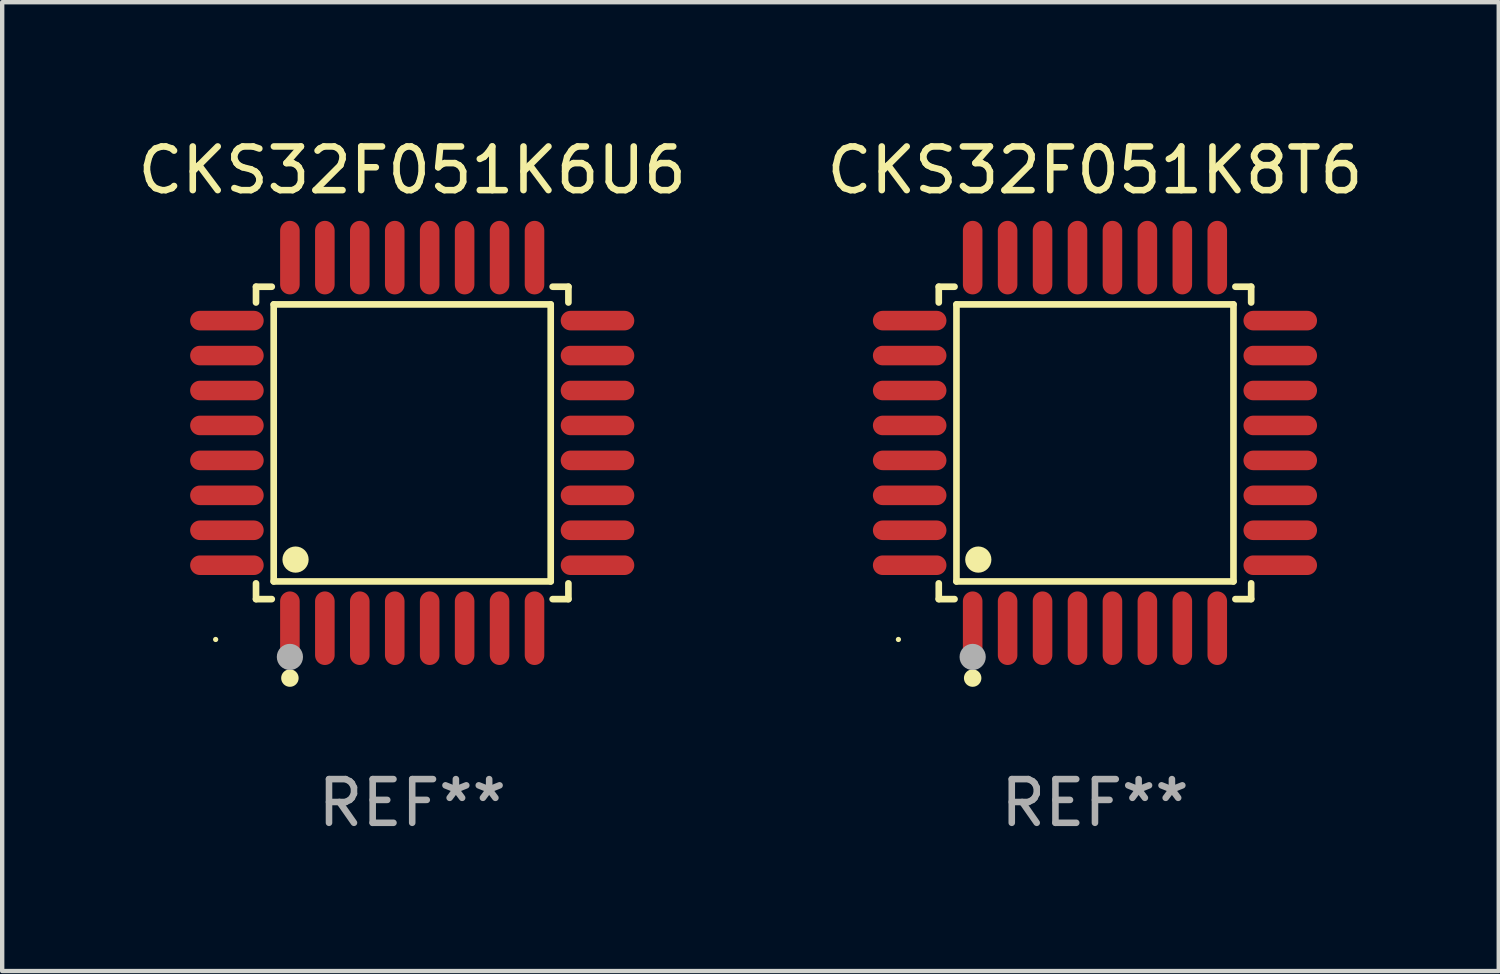
<source format=kicad_pcb>
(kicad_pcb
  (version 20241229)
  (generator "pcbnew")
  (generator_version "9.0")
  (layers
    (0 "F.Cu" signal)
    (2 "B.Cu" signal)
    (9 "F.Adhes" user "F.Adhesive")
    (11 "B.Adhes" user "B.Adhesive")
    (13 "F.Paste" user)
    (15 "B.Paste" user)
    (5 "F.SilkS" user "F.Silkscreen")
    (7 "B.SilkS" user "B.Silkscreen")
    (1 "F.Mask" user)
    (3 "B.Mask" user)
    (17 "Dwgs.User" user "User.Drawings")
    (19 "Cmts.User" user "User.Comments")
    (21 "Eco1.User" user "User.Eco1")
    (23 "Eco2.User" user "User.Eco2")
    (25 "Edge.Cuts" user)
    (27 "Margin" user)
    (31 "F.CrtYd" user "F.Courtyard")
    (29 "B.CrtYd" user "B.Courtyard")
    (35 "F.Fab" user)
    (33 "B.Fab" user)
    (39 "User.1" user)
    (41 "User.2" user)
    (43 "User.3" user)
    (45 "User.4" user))
  (footprint "CKS32F051K8T6"
    (layer "F.Cu")
    (at 22.018 7.09)
    (property "Reference" "CKS32F051K8T6" (at 0 -6.242 0) (layer "F.SilkS") (effects (font (size 1 1) (thickness 0.15))))
    (attr through_hole)
    (fp_line (start -3.576 -3.576) (end -3.215 -3.576) (stroke (width 0.152) (type solid)) (layer "F.SilkS"))
    (fp_line (start -3.576 -3.215) (end -3.576 -3.576) (stroke (width 0.152) (type solid)) (layer "F.SilkS"))
    (fp_line (start -3.576 3.215) (end -3.576 3.576) (stroke (width 0.152) (type solid)) (layer "F.SilkS"))
    (fp_line (start -3.576 3.576) (end -3.215 3.576) (stroke (width 0.152) (type solid)) (layer "F.SilkS"))
    (fp_line (start -3.171 -3.171) (end 3.171 -3.171) (stroke (width 0.152) (type solid)) (layer "F.SilkS"))
    (fp_line (start -3.171 3.171) (end -3.171 -3.171) (stroke (width 0.152) (type solid)) (layer "F.SilkS"))
    (fp_line (start 3.171 -3.171) (end 3.171 3.171) (stroke (width 0.152) (type solid)) (layer "F.SilkS"))
    (fp_line (start 3.171 3.171) (end -3.171 3.171) (stroke (width 0.152) (type solid)) (layer "F.SilkS"))
    (fp_line (start 3.576 -3.576) (end 3.215 -3.576) (stroke (width 0.152) (type solid)) (layer "F.SilkS"))
    (fp_line (start 3.576 -3.215) (end 3.576 -3.576) (stroke (width 0.152) (type solid)) (layer "F.SilkS"))
    (fp_line (start 3.576 3.215) (end 3.576 3.576) (stroke (width 0.152) (type solid)) (layer "F.SilkS"))
    (fp_line (start 3.576 3.576) (end 3.215 3.576) (stroke (width 0.152) (type solid)) (layer "F.SilkS"))
    (fp_circle (center -4.5 4.5) (end -4.47 4.5) (stroke (width 0.06) (type solid)) (fill no) (layer "F.SilkS"))
    (fp_circle (center -2.8 5.384) (end -2.7 5.384) (stroke (width 0.2) (type solid)) (fill no) (layer "F.SilkS"))
    (fp_circle (center -2.671 2.671) (end -2.521 2.671) (stroke (width 0.3) (type solid)) (fill no) (layer "F.SilkS"))
    (fp_circle (center -2.8 4.9) (end -2.65 4.9) (stroke (width 0.3) (type solid)) (fill no) (layer "F.Fab"))
    (fp_text user "REF**" (at 0 8.242 0) (layer "F.Fab") (effects (font (size 1 1) (thickness 0.15))))
    (pad "1" smd oval (at -2.8 4.242) (size 0.448 1.684) (layers "F.Cu" "F.Mask" "F.Paste"))
    (pad "2" smd oval (at -2 4.242) (size 0.448 1.684) (layers "F.Cu" "F.Mask" "F.Paste"))
    (pad "3" smd oval (at -1.2 4.242) (size 0.448 1.684) (layers "F.Cu" "F.Mask" "F.Paste"))
    (pad "4" smd oval (at -0.4 4.242) (size 0.448 1.684) (layers "F.Cu" "F.Mask" "F.Paste"))
    (pad "5" smd oval (at 0.4 4.242) (size 0.448 1.684) (layers "F.Cu" "F.Mask" "F.Paste"))
    (pad "6" smd oval (at 1.2 4.242) (size 0.448 1.684) (layers "F.Cu" "F.Mask" "F.Paste"))
    (pad "7" smd oval (at 2 4.242) (size 0.448 1.684) (layers "F.Cu" "F.Mask" "F.Paste"))
    (pad "8" smd oval (at 2.8 4.242) (size 0.448 1.684) (layers "F.Cu" "F.Mask" "F.Paste"))
    (pad "9" smd oval (at 4.242 2.8) (size 1.684 0.448) (layers "F.Cu" "F.Mask" "F.Paste"))
    (pad "10" smd oval (at 4.242 2) (size 1.684 0.448) (layers "F.Cu" "F.Mask" "F.Paste"))
    (pad "11" smd oval (at 4.242 1.2) (size 1.684 0.448) (layers "F.Cu" "F.Mask" "F.Paste"))
    (pad "12" smd oval (at 4.242 0.4) (size 1.684 0.448) (layers "F.Cu" "F.Mask" "F.Paste"))
    (pad "13" smd oval (at 4.242 -0.4) (size 1.684 0.448) (layers "F.Cu" "F.Mask" "F.Paste"))
    (pad "14" smd oval (at 4.242 -1.2) (size 1.684 0.448) (layers "F.Cu" "F.Mask" "F.Paste"))
    (pad "15" smd oval (at 4.242 -2) (size 1.684 0.448) (layers "F.Cu" "F.Mask" "F.Paste"))
    (pad "16" smd oval (at 4.242 -2.8) (size 1.684 0.448) (layers "F.Cu" "F.Mask" "F.Paste"))
    (pad "17" smd oval (at 2.8 -4.242) (size 0.448 1.684) (layers "F.Cu" "F.Mask" "F.Paste"))
    (pad "18" smd oval (at 2 -4.242) (size 0.448 1.684) (layers "F.Cu" "F.Mask" "F.Paste"))
    (pad "19" smd oval (at 1.2 -4.242) (size 0.448 1.684) (layers "F.Cu" "F.Mask" "F.Paste"))
    (pad "20" smd oval (at 0.4 -4.242) (size 0.448 1.684) (layers "F.Cu" "F.Mask" "F.Paste"))
    (pad "21" smd oval (at -0.4 -4.242) (size 0.448 1.684) (layers "F.Cu" "F.Mask" "F.Paste"))
    (pad "22" smd oval (at -1.2 -4.242) (size 0.448 1.684) (layers "F.Cu" "F.Mask" "F.Paste"))
    (pad "23" smd oval (at -2 -4.242) (size 0.448 1.684) (layers "F.Cu" "F.Mask" "F.Paste"))
    (pad "24" smd oval (at -2.8 -4.242) (size 0.448 1.684) (layers "F.Cu" "F.Mask" "F.Paste"))
    (pad "25" smd oval (at -4.242 -2.8) (size 1.684 0.448) (layers "F.Cu" "F.Mask" "F.Paste"))
    (pad "26" smd oval (at -4.242 -2) (size 1.684 0.448) (layers "F.Cu" "F.Mask" "F.Paste"))
    (pad "27" smd oval (at -4.242 -1.2) (size 1.684 0.448) (layers "F.Cu" "F.Mask" "F.Paste"))
    (pad "28" smd oval (at -4.242 -0.4) (size 1.684 0.448) (layers "F.Cu" "F.Mask" "F.Paste"))
    (pad "29" smd oval (at -4.242 0.4) (size 1.684 0.448) (layers "F.Cu" "F.Mask" "F.Paste"))
    (pad "30" smd oval (at -4.242 1.2) (size 1.684 0.448) (layers "F.Cu" "F.Mask" "F.Paste"))
    (pad "31" smd oval (at -4.242 2) (size 1.684 0.448) (layers "F.Cu" "F.Mask" "F.Paste"))
    (pad "32" smd oval (at -4.242 2.8) (size 1.684 0.448) (layers "F.Cu" "F.Mask" "F.Paste")))
  (footprint "CKS32F051K6U6"
    (layer "F.Cu")
    (at 6.387 7.09)
    (property "Reference" "CKS32F051K6U6" (at 0 -6.242 0) (layer "F.SilkS") (effects (font (size 1 1) (thickness 0.15))))
    (attr through_hole)
    (fp_line (start -3.576 -3.576) (end -3.215 -3.576) (stroke (width 0.152) (type solid)) (layer "F.SilkS"))
    (fp_line (start -3.576 -3.215) (end -3.576 -3.576) (stroke (width 0.152) (type solid)) (layer "F.SilkS"))
    (fp_line (start -3.576 3.215) (end -3.576 3.576) (stroke (width 0.152) (type solid)) (layer "F.SilkS"))
    (fp_line (start -3.576 3.576) (end -3.215 3.576) (stroke (width 0.152) (type solid)) (layer "F.SilkS"))
    (fp_line (start -3.171 -3.171) (end 3.171 -3.171) (stroke (width 0.152) (type solid)) (layer "F.SilkS"))
    (fp_line (start -3.171 3.171) (end -3.171 -3.171) (stroke (width 0.152) (type solid)) (layer "F.SilkS"))
    (fp_line (start 3.171 -3.171) (end 3.171 3.171) (stroke (width 0.152) (type solid)) (layer "F.SilkS"))
    (fp_line (start 3.171 3.171) (end -3.171 3.171) (stroke (width 0.152) (type solid)) (layer "F.SilkS"))
    (fp_line (start 3.576 -3.576) (end 3.215 -3.576) (stroke (width 0.152) (type solid)) (layer "F.SilkS"))
    (fp_line (start 3.576 -3.215) (end 3.576 -3.576) (stroke (width 0.152) (type solid)) (layer "F.SilkS"))
    (fp_line (start 3.576 3.215) (end 3.576 3.576) (stroke (width 0.152) (type solid)) (layer "F.SilkS"))
    (fp_line (start 3.576 3.576) (end 3.215 3.576) (stroke (width 0.152) (type solid)) (layer "F.SilkS"))
    (fp_circle (center -4.5 4.5) (end -4.47 4.5) (stroke (width 0.06) (type solid)) (fill no) (layer "F.SilkS"))
    (fp_circle (center -2.8 5.384) (end -2.7 5.384) (stroke (width 0.2) (type solid)) (fill no) (layer "F.SilkS"))
    (fp_circle (center -2.671 2.671) (end -2.521 2.671) (stroke (width 0.3) (type solid)) (fill no) (layer "F.SilkS"))
    (fp_circle (center -2.8 4.9) (end -2.65 4.9) (stroke (width 0.3) (type solid)) (fill no) (layer "F.Fab"))
    (fp_text user "REF**" (at 0 8.242 0) (layer "F.Fab") (effects (font (size 1 1) (thickness 0.15))))
    (pad "1" smd oval (at -2.8 4.242) (size 0.448 1.684) (layers "F.Cu" "F.Mask" "F.Paste"))
    (pad "2" smd oval (at -2 4.242) (size 0.448 1.684) (layers "F.Cu" "F.Mask" "F.Paste"))
    (pad "3" smd oval (at -1.2 4.242) (size 0.448 1.684) (layers "F.Cu" "F.Mask" "F.Paste"))
    (pad "4" smd oval (at -0.4 4.242) (size 0.448 1.684) (layers "F.Cu" "F.Mask" "F.Paste"))
    (pad "5" smd oval (at 0.4 4.242) (size 0.448 1.684) (layers "F.Cu" "F.Mask" "F.Paste"))
    (pad "6" smd oval (at 1.2 4.242) (size 0.448 1.684) (layers "F.Cu" "F.Mask" "F.Paste"))
    (pad "7" smd oval (at 2 4.242) (size 0.448 1.684) (layers "F.Cu" "F.Mask" "F.Paste"))
    (pad "8" smd oval (at 2.8 4.242) (size 0.448 1.684) (layers "F.Cu" "F.Mask" "F.Paste"))
    (pad "9" smd oval (at 4.242 2.8) (size 1.684 0.448) (layers "F.Cu" "F.Mask" "F.Paste"))
    (pad "10" smd oval (at 4.242 2) (size 1.684 0.448) (layers "F.Cu" "F.Mask" "F.Paste"))
    (pad "11" smd oval (at 4.242 1.2) (size 1.684 0.448) (layers "F.Cu" "F.Mask" "F.Paste"))
    (pad "12" smd oval (at 4.242 0.4) (size 1.684 0.448) (layers "F.Cu" "F.Mask" "F.Paste"))
    (pad "13" smd oval (at 4.242 -0.4) (size 1.684 0.448) (layers "F.Cu" "F.Mask" "F.Paste"))
    (pad "14" smd oval (at 4.242 -1.2) (size 1.684 0.448) (layers "F.Cu" "F.Mask" "F.Paste"))
    (pad "15" smd oval (at 4.242 -2) (size 1.684 0.448) (layers "F.Cu" "F.Mask" "F.Paste"))
    (pad "16" smd oval (at 4.242 -2.8) (size 1.684 0.448) (layers "F.Cu" "F.Mask" "F.Paste"))
    (pad "17" smd oval (at 2.8 -4.242) (size 0.448 1.684) (layers "F.Cu" "F.Mask" "F.Paste"))
    (pad "18" smd oval (at 2 -4.242) (size 0.448 1.684) (layers "F.Cu" "F.Mask" "F.Paste"))
    (pad "19" smd oval (at 1.2 -4.242) (size 0.448 1.684) (layers "F.Cu" "F.Mask" "F.Paste"))
    (pad "20" smd oval (at 0.4 -4.242) (size 0.448 1.684) (layers "F.Cu" "F.Mask" "F.Paste"))
    (pad "21" smd oval (at -0.4 -4.242) (size 0.448 1.684) (layers "F.Cu" "F.Mask" "F.Paste"))
    (pad "22" smd oval (at -1.2 -4.242) (size 0.448 1.684) (layers "F.Cu" "F.Mask" "F.Paste"))
    (pad "23" smd oval (at -2 -4.242) (size 0.448 1.684) (layers "F.Cu" "F.Mask" "F.Paste"))
    (pad "24" smd oval (at -2.8 -4.242) (size 0.448 1.684) (layers "F.Cu" "F.Mask" "F.Paste"))
    (pad "25" smd oval (at -4.242 -2.8) (size 1.684 0.448) (layers "F.Cu" "F.Mask" "F.Paste"))
    (pad "26" smd oval (at -4.242 -2) (size 1.684 0.448) (layers "F.Cu" "F.Mask" "F.Paste"))
    (pad "27" smd oval (at -4.242 -1.2) (size 1.684 0.448) (layers "F.Cu" "F.Mask" "F.Paste"))
    (pad "28" smd oval (at -4.242 -0.4) (size 1.684 0.448) (layers "F.Cu" "F.Mask" "F.Paste"))
    (pad "29" smd oval (at -4.242 0.4) (size 1.684 0.448) (layers "F.Cu" "F.Mask" "F.Paste"))
    (pad "30" smd oval (at -4.242 1.2) (size 1.684 0.448) (layers "F.Cu" "F.Mask" "F.Paste"))
    (pad "31" smd oval (at -4.242 2) (size 1.684 0.448) (layers "F.Cu" "F.Mask" "F.Paste"))
    (pad "32" smd oval (at -4.242 2.8) (size 1.684 0.448) (layers "F.Cu" "F.Mask" "F.Paste")))
  (gr_rect
    (start -3 -3)
    (end 31.262 19.181)
    (stroke (width 0.1) (type default))
    (fill no)
    (layer "Edge.Cuts")))
</source>
